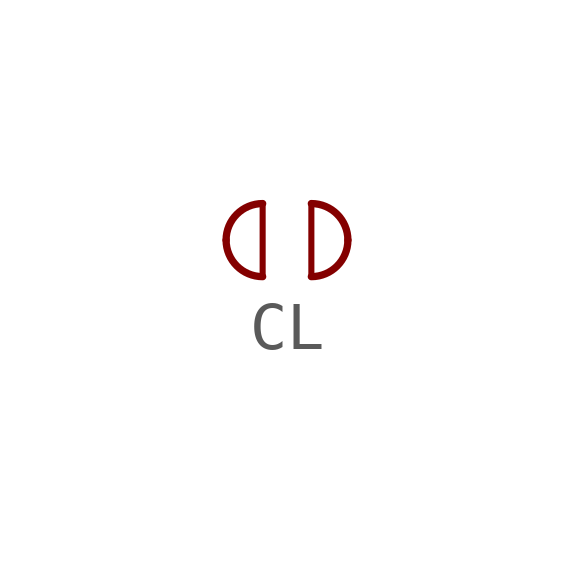
<source format=kicad_sym>
(kicad_symbol_lib
  (version 20231120)
  (generator "kicad_symbol_editor")
  (generator_version "8.0")
  (symbol "CL"
    (property "Reference" ""
      (at -1.682 0.977 0)
      (effects (font (size 1.016 0.864)) (justify left bottom) (hide yes)))
    (property "ki_locked" ""
      (at 0 0 0)
      (effects (font (size 1.27 1.27))))
    (symbol "CL_1_0"
      (arc (start -0.5078 0.762) (mid -1.2699 0.0001) (end -0.508 -0.762) (stroke (width 0.1524) (type solid)) (fill (type none)))
      (polyline (pts (xy -0.508 0.762) (xy -0.508 -0.762)) (stroke (width 0.127) (type solid)) (fill (type none)))
      (polyline (pts (xy 0.508 0.762) (xy 0.508 -0.762)) (stroke (width 0.127) (type solid)) (fill (type none)))
      (arc (start 0.5078 -0.762) (mid 1.2699 -0.0001) (end 0.508 0.762) (stroke (width 0.1524) (type solid)) (fill (type none)))
      (pin bidirectional line (at -1.27 0 0) (length 0) (name "P$1" (effects (font (size 0 0)))) (number "1" (effects (font (size 0 0)))))
      (pin bidirectional line (at 1.27 0 180) (length 0) (name "P$2" (effects (font (size 0 0)))) (number "2" (effects (font (size 0 0))))))))
</source>
